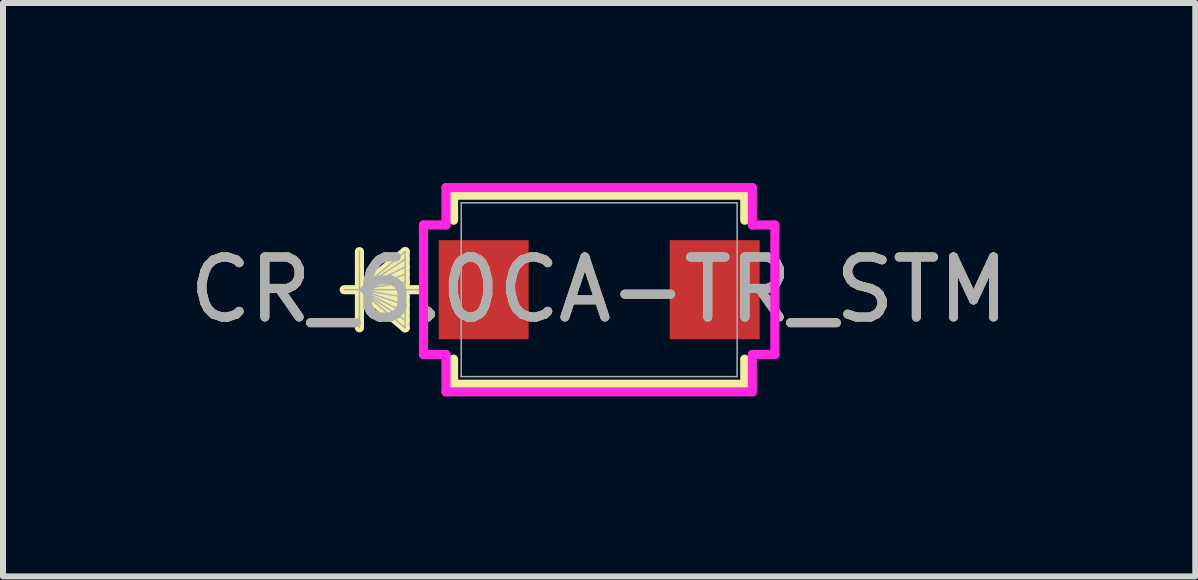
<source format=kicad_pcb>
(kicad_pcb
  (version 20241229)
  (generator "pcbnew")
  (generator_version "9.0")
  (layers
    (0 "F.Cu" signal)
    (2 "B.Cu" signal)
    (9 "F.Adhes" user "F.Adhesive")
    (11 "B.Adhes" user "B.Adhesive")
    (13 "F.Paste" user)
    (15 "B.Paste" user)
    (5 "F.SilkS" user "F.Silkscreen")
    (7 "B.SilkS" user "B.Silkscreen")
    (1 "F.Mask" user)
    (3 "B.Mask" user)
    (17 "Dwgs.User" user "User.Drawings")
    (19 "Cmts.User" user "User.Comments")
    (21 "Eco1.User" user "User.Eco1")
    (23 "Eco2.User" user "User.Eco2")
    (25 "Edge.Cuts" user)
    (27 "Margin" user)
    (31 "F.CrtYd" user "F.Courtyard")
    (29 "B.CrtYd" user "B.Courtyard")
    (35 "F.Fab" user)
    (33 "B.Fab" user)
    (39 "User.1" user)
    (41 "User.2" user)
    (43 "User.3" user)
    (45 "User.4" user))
  (footprint "CR_6.0CA-TR_STM"
    (layer "F.Cu")
    (at 6.935 1.778)
    (property "Reference" "CR_6.0CA-TR_STM" (at 0 0 0) (unlocked yes) (layer "F.SilkS") (effects (font (size 1 1) (thickness 0.15))))
    (attr smd)
    (fp_line (start -3.995 -0.635) (end -3.995 0.635) (stroke (width 0.152) (type solid)) (layer "F.SilkS"))
    (fp_line (start -3.995 0) (end -3.233 -0.635) (stroke (width 0.152) (type solid)) (layer "F.SilkS"))
    (fp_line (start -3.995 0) (end -3.233 -0.508) (stroke (width 0.152) (type solid)) (layer "F.SilkS"))
    (fp_line (start -3.995 0) (end -3.233 -0.381) (stroke (width 0.152) (type solid)) (layer "F.SilkS"))
    (fp_line (start -3.995 0) (end -3.233 -0.254) (stroke (width 0.152) (type solid)) (layer "F.SilkS"))
    (fp_line (start -3.995 0) (end -3.233 -0.127) (stroke (width 0.152) (type solid)) (layer "F.SilkS"))
    (fp_line (start -3.995 0) (end -3.233 0.127) (stroke (width 0.152) (type solid)) (layer "F.SilkS"))
    (fp_line (start -3.995 0) (end -3.233 0.254) (stroke (width 0.152) (type solid)) (layer "F.SilkS"))
    (fp_line (start -3.995 0) (end -3.233 0.381) (stroke (width 0.152) (type solid)) (layer "F.SilkS"))
    (fp_line (start -3.995 0) (end -3.233 0.508) (stroke (width 0.152) (type solid)) (layer "F.SilkS"))
    (fp_line (start -3.995 0) (end -3.233 0.635) (stroke (width 0.152) (type solid)) (layer "F.SilkS"))
    (fp_line (start -3.233 -0.635) (end -3.233 0.635) (stroke (width 0.152) (type solid)) (layer "F.SilkS"))
    (fp_line (start -3.007 0) (end -4.249 0) (stroke (width 0.152) (type solid)) (layer "F.SilkS"))
    (fp_line (start -2.426 -1.575) (end -2.426 -1.158) (stroke (width 0.152) (type solid)) (layer "F.SilkS"))
    (fp_line (start -2.426 1.158) (end -2.426 1.575) (stroke (width 0.152) (type solid)) (layer "F.SilkS"))
    (fp_line (start -2.426 1.575) (end 2.426 1.575) (stroke (width 0.152) (type solid)) (layer "F.SilkS"))
    (fp_line (start 2.426 -1.575) (end -2.426 -1.575) (stroke (width 0.152) (type solid)) (layer "F.SilkS"))
    (fp_line (start 2.426 -1.158) (end 2.426 -1.575) (stroke (width 0.152) (type solid)) (layer "F.SilkS"))
    (fp_line (start 2.426 1.575) (end 2.426 1.158) (stroke (width 0.152) (type solid)) (layer "F.SilkS"))
    (fp_line (start -2.928 -1.079) (end -2.553 -1.079) (stroke (width 0.152) (type solid)) (layer "F.CrtYd"))
    (fp_line (start -2.928 1.079) (end -2.928 -1.079) (stroke (width 0.152) (type solid)) (layer "F.CrtYd"))
    (fp_line (start -2.553 -1.702) (end 2.553 -1.702) (stroke (width 0.152) (type solid)) (layer "F.CrtYd"))
    (fp_line (start -2.553 -1.079) (end -2.553 -1.702) (stroke (width 0.152) (type solid)) (layer "F.CrtYd"))
    (fp_line (start -2.553 1.079) (end -2.928 1.079) (stroke (width 0.152) (type solid)) (layer "F.CrtYd"))
    (fp_line (start -2.553 1.702) (end -2.553 1.079) (stroke (width 0.152) (type solid)) (layer "F.CrtYd"))
    (fp_line (start 2.553 -1.702) (end 2.553 -1.079) (stroke (width 0.152) (type solid)) (layer "F.CrtYd"))
    (fp_line (start 2.553 -1.079) (end 2.928 -1.079) (stroke (width 0.152) (type solid)) (layer "F.CrtYd"))
    (fp_line (start 2.553 1.079) (end 2.553 1.702) (stroke (width 0.152) (type solid)) (layer "F.CrtYd"))
    (fp_line (start 2.553 1.702) (end -2.553 1.702) (stroke (width 0.152) (type solid)) (layer "F.CrtYd"))
    (fp_line (start 2.928 -1.079) (end 2.928 1.079) (stroke (width 0.152) (type solid)) (layer "F.CrtYd"))
    (fp_line (start 2.928 1.079) (end 2.553 1.079) (stroke (width 0.152) (type solid)) (layer "F.CrtYd"))
    (fp_line (start -3.995 -0.635) (end -3.995 0.635) (stroke (width 0.025) (type solid)) (layer "F.Fab"))
    (fp_line (start -3.995 0) (end -3.233 -0.635) (stroke (width 0.025) (type solid)) (layer "F.Fab"))
    (fp_line (start -3.995 0) (end -3.233 -0.508) (stroke (width 0.025) (type solid)) (layer "F.Fab"))
    (fp_line (start -3.995 0) (end -3.233 -0.381) (stroke (width 0.025) (type solid)) (layer "F.Fab"))
    (fp_line (start -3.995 0) (end -3.233 -0.254) (stroke (width 0.025) (type solid)) (layer "F.Fab"))
    (fp_line (start -3.995 0) (end -3.233 -0.127) (stroke (width 0.025) (type solid)) (layer "F.Fab"))
    (fp_line (start -3.995 0) (end -3.233 0.127) (stroke (width 0.025) (type solid)) (layer "F.Fab"))
    (fp_line (start -3.995 0) (end -3.233 0.254) (stroke (width 0.025) (type solid)) (layer "F.Fab"))
    (fp_line (start -3.995 0) (end -3.233 0.381) (stroke (width 0.025) (type solid)) (layer "F.Fab"))
    (fp_line (start -3.995 0) (end -3.233 0.508) (stroke (width 0.025) (type solid)) (layer "F.Fab"))
    (fp_line (start -3.995 0) (end -3.233 0.635) (stroke (width 0.025) (type solid)) (layer "F.Fab"))
    (fp_line (start -3.233 -0.635) (end -3.233 0.635) (stroke (width 0.025) (type solid)) (layer "F.Fab"))
    (fp_line (start -2.979 0) (end -4.249 0) (stroke (width 0.025) (type solid)) (layer "F.Fab"))
    (fp_line (start -2.299 -1.448) (end -2.299 1.448) (stroke (width 0.025) (type solid)) (layer "F.Fab"))
    (fp_line (start -2.299 1.448) (end 2.299 1.448) (stroke (width 0.025) (type solid)) (layer "F.Fab"))
    (fp_line (start 2.299 -1.448) (end -2.299 -1.448) (stroke (width 0.025) (type solid)) (layer "F.Fab"))
    (fp_line (start 2.299 1.448) (end 2.299 -1.448) (stroke (width 0.025) (type solid)) (layer "F.Fab"))
    (fp_text user "${REFERENCE}" (at 0 0 0) (unlocked yes) (layer "F.Fab") (effects (font (size 1 1) (thickness 0.15))))
    (pad "1" smd rect (at -1.925 0) (size 1.499 1.651) (layers "F.Cu" "F.Mask" "F.Paste"))
    (pad "2" smd rect (at 1.925 0) (size 1.499 1.651) (layers "F.Cu" "F.Mask" "F.Paste"))
    (zone (net_name "") (layer "F.Cu") (hatch full 0.508) (connect_pads) (min_thickness 0.254) (filled_areas_thickness no) (keepout (tracks not_allowed) (vias not_allowed) (pads allowed) (copperpour not_allowed) (footprints allowed)) (placement (enabled no)) (fill) (polygon (pts (xy 4.687 0.381) (xy 9.182 0.381) (xy 9.182 0.902) (xy 4.687 0.902))))
    (zone (net_name "") (layer "F.Cu") (hatch full 0.508) (connect_pads) (min_thickness 0.254) (filled_areas_thickness no) (keepout (tracks not_allowed) (vias not_allowed) (pads allowed) (copperpour not_allowed) (footprints allowed)) (placement (enabled no)) (fill) (polygon (pts (xy 4.687 2.654) (xy 9.182 2.654) (xy 9.182 3.175) (xy 4.687 3.175))))
    (zone (net_name "") (layer "F.Cu") (hatch full 0.508) (connect_pads) (min_thickness 0.254) (filled_areas_thickness no) (keepout (tracks not_allowed) (vias not_allowed) (pads allowed) (copperpour not_allowed) (footprints allowed)) (placement (enabled no)) (fill) (polygon (pts (xy 5.556 0.902) (xy 8.313 0.902) (xy 8.313 2.654) (xy 5.556 2.654)))))
  (gr_rect
    (start -3 -3)
    (end 16.869 6.556)
    (stroke (width 0.1) (type default))
    (fill no)
    (layer "Edge.Cuts")))
</source>
